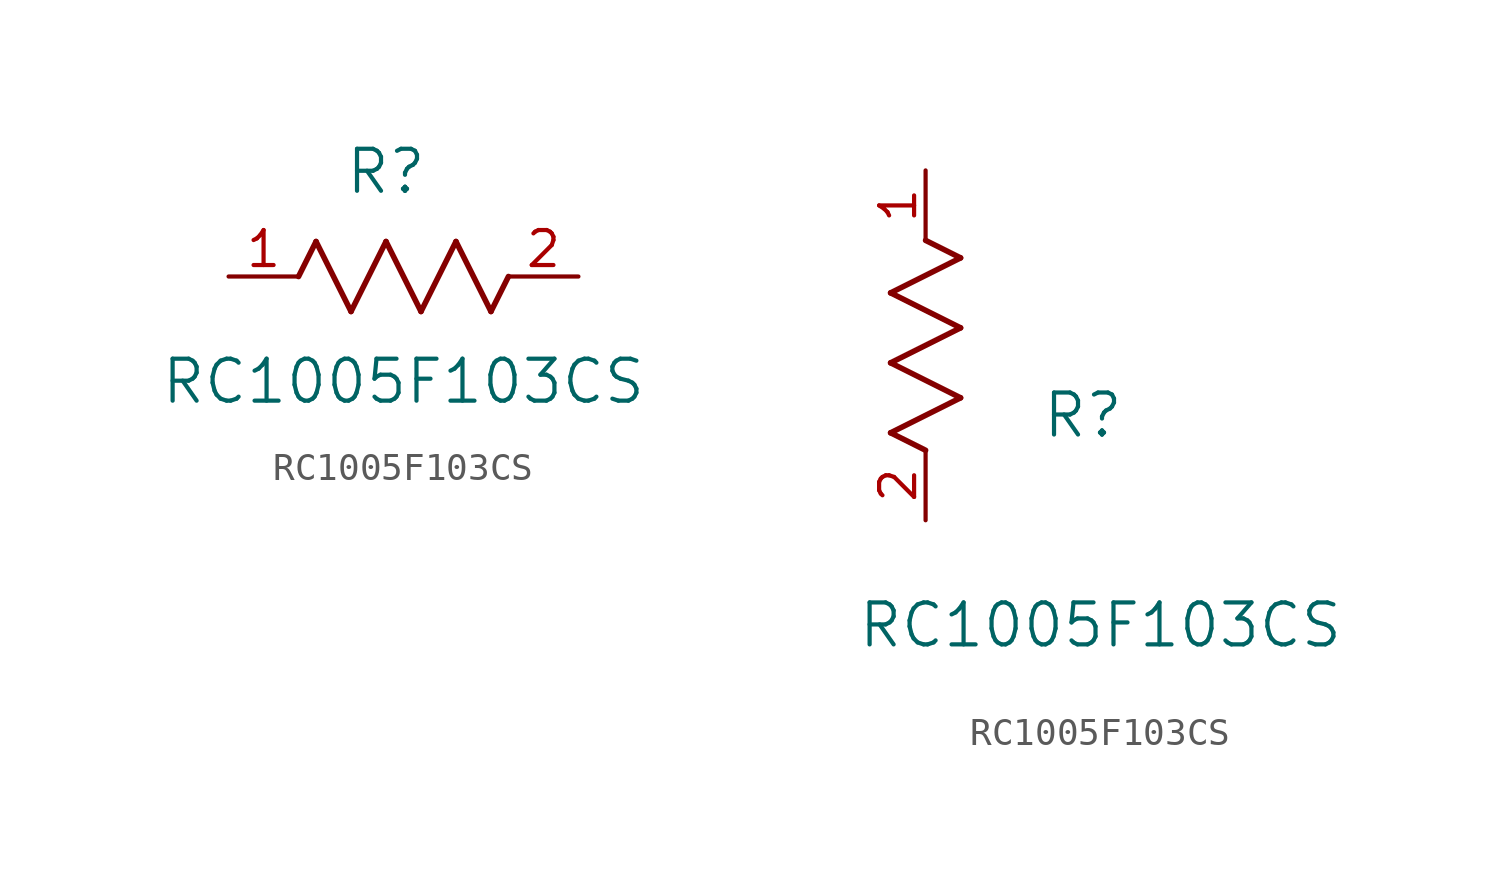
<source format=kicad_sym>
(kicad_symbol_lib
  (version 20211014)
  (generator kicad_symbol_editor)
  (symbol "RC1005F103CS"
    (pin_names
      (offset 0.254))
    (property "Reference" "R"
      (at 5.715 3.81 0)
      (effects (font (size 1.524 1.524))))
    (property "Value" "RC1005F103CS"
      (at 6.35 -3.81 0)
      (effects (font (size 1.524 1.524))))
    (symbol "RC1005F103CS_1_1"
      (polyline (pts (xy 3.175 1.27) (xy 4.445 -1.27)) (stroke (width 0.203) (type default) (color 0 0 0 0)) (fill (type none)))
      (polyline (pts (xy 4.445 -1.27) (xy 5.715 1.27)) (stroke (width 0.203) (type default) (color 0 0 0 0)) (fill (type none)))
      (polyline (pts (xy 5.715 1.27) (xy 6.985 -1.27)) (stroke (width 0.203) (type default) (color 0 0 0 0)) (fill (type none)))
      (polyline (pts (xy 6.985 -1.27) (xy 8.255 1.27)) (stroke (width 0.203) (type default) (color 0 0 0 0)) (fill (type none)))
      (polyline (pts (xy 8.255 1.27) (xy 9.525 -1.27)) (stroke (width 0.203) (type default) (color 0 0 0 0)) (fill (type none)))
      (polyline (pts (xy 2.54 0) (xy 3.175 1.27)) (stroke (width 0.203) (type default) (color 0 0 0 0)) (fill (type none)))
      (polyline (pts (xy 9.525 -1.27) (xy 10.16 0)) (stroke (width 0.203) (type default) (color 0 0 0 0)) (fill (type none)))
      (pin unspecified line (at 0 0 0) (length 2.54) (name "" (effects (font (size 1.27 1.27)))) (number "1" (effects (font (size 1.27 1.27)))))
      (pin unspecified line (at 12.7 0 180) (length 2.54) (name "" (effects (font (size 1.27 1.27)))) (number "2" (effects (font (size 1.27 1.27))))))
    (symbol "RC1005F103CS_1_2"
      (polyline (pts (xy 0 2.54) (xy -1.27 3.175)) (stroke (width 0.203) (type default) (color 0 0 0 0)) (fill (type none)))
      (polyline (pts (xy -1.27 3.175) (xy 1.27 4.445)) (stroke (width 0.203) (type default) (color 0 0 0 0)) (fill (type none)))
      (polyline (pts (xy 1.27 4.445) (xy -1.27 5.715)) (stroke (width 0.203) (type default) (color 0 0 0 0)) (fill (type none)))
      (polyline (pts (xy -1.27 5.715) (xy 1.27 6.985)) (stroke (width 0.203) (type default) (color 0 0 0 0)) (fill (type none)))
      (polyline (pts (xy -1.27 8.255) (xy 1.27 9.525)) (stroke (width 0.203) (type default) (color 0 0 0 0)) (fill (type none)))
      (polyline (pts (xy 1.27 9.525) (xy 0 10.16)) (stroke (width 0.203) (type default) (color 0 0 0 0)) (fill (type none)))
      (polyline (pts (xy 1.27 6.985) (xy -1.27 8.255)) (stroke (width 0.203) (type default) (color 0 0 0 0)) (fill (type none)))
      (pin unspecified line (at 0 12.7 270) (length 2.54) (name "" (effects (font (size 1.27 1.27)))) (number "1" (effects (font (size 1.27 1.27)))))
      (pin unspecified line (at 0 0 90) (length 2.54) (name "" (effects (font (size 1.27 1.27)))) (number "2" (effects (font (size 1.27 1.27))))))))
</source>
